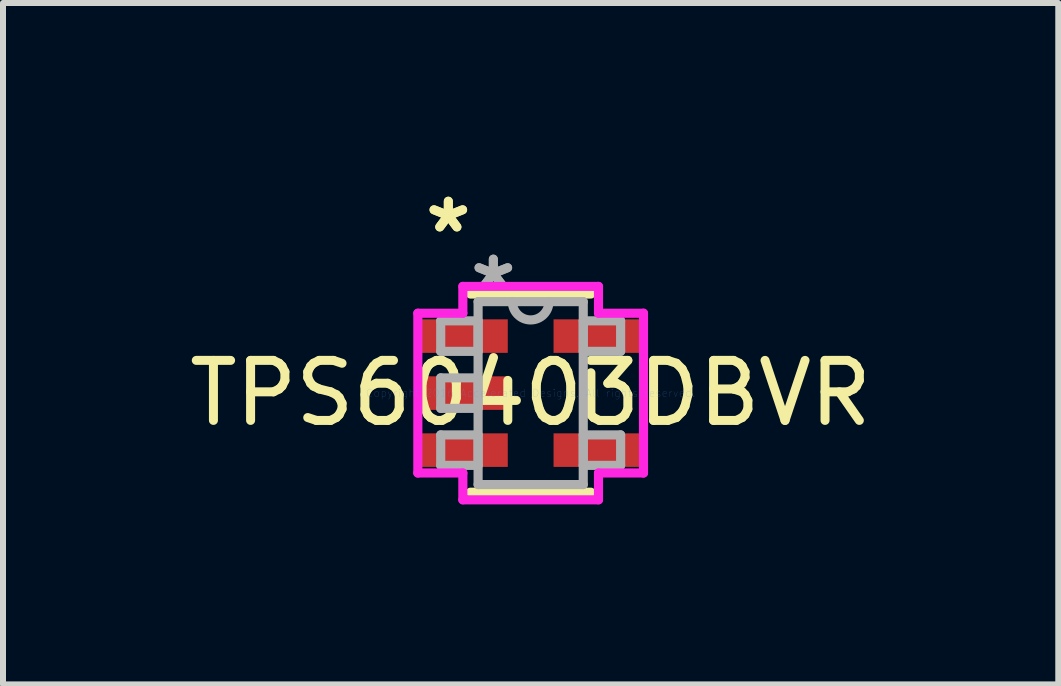
<source format=kicad_pcb>
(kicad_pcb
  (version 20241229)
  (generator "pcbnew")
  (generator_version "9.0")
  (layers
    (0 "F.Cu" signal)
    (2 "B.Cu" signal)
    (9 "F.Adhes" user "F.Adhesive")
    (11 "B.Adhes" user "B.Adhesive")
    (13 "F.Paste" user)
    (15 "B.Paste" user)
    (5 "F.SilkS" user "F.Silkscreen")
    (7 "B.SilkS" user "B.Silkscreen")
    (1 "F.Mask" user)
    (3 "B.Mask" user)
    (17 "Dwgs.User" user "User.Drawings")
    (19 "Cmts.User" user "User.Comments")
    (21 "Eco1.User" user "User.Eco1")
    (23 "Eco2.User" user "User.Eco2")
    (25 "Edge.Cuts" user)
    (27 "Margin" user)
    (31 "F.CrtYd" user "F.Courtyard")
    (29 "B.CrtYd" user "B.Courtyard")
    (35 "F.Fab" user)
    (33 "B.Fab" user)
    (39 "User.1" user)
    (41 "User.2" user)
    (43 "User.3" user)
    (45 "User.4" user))
  (footprint "TPS60403DBVR"
    (layer "F.Cu")
    (at 5.792 3.5)
    (property "Reference" "TPS60403DBVR" (at 0 0 0) (layer "F.SilkS") (effects (font (size 1 1) (thickness 0.15))))
    (attr through_hole)
    (fp_line (start -1.003 1.651) (end 1.003 1.651) (stroke (width 0.152) (type solid)) (layer "F.SilkS"))
    (fp_line (start 1.003 -1.651) (end -1.003 -1.651) (stroke (width 0.152) (type solid)) (layer "F.SilkS"))
    (fp_line (start 1.003 0.338) (end 1.003 -0.338) (stroke (width 0.152) (type solid)) (layer "F.SilkS"))
    (fp_line (start -1.88 -1.331) (end -1.13 -1.331) (stroke (width 0.152) (type solid)) (layer "F.CrtYd"))
    (fp_line (start -1.88 1.331) (end -1.88 -1.331) (stroke (width 0.152) (type solid)) (layer "F.CrtYd"))
    (fp_line (start -1.13 -1.778) (end 1.13 -1.778) (stroke (width 0.152) (type solid)) (layer "F.CrtYd"))
    (fp_line (start -1.13 -1.331) (end -1.13 -1.778) (stroke (width 0.152) (type solid)) (layer "F.CrtYd"))
    (fp_line (start -1.13 1.331) (end -1.88 1.331) (stroke (width 0.152) (type solid)) (layer "F.CrtYd"))
    (fp_line (start -1.13 1.778) (end -1.13 1.331) (stroke (width 0.152) (type solid)) (layer "F.CrtYd"))
    (fp_line (start 1.13 -1.778) (end 1.13 -1.331) (stroke (width 0.152) (type solid)) (layer "F.CrtYd"))
    (fp_line (start 1.13 -1.331) (end 1.88 -1.331) (stroke (width 0.152) (type solid)) (layer "F.CrtYd"))
    (fp_line (start 1.13 1.331) (end 1.13 1.778) (stroke (width 0.152) (type solid)) (layer "F.CrtYd"))
    (fp_line (start 1.13 1.778) (end -1.13 1.778) (stroke (width 0.152) (type solid)) (layer "F.CrtYd"))
    (fp_line (start 1.88 -1.331) (end 1.88 1.331) (stroke (width 0.152) (type solid)) (layer "F.CrtYd"))
    (fp_line (start 1.88 1.331) (end 1.13 1.331) (stroke (width 0.152) (type solid)) (layer "F.CrtYd"))
    (fp_line (start -1.499 -1.204) (end -1.499 -0.696) (stroke (width 0.152) (type solid)) (layer "F.Fab"))
    (fp_line (start -1.499 -0.696) (end -0.876 -0.696) (stroke (width 0.152) (type solid)) (layer "F.Fab"))
    (fp_line (start -1.499 -0.254) (end -1.499 0.254) (stroke (width 0.152) (type solid)) (layer "F.Fab"))
    (fp_line (start -1.499 0.254) (end -0.876 0.254) (stroke (width 0.152) (type solid)) (layer "F.Fab"))
    (fp_line (start -1.499 0.696) (end -1.499 1.204) (stroke (width 0.152) (type solid)) (layer "F.Fab"))
    (fp_line (start -1.499 1.204) (end -0.876 1.204) (stroke (width 0.152) (type solid)) (layer "F.Fab"))
    (fp_line (start -0.876 -1.524) (end -0.876 1.524) (stroke (width 0.152) (type solid)) (layer "F.Fab"))
    (fp_line (start -0.876 -1.204) (end -1.499 -1.204) (stroke (width 0.152) (type solid)) (layer "F.Fab"))
    (fp_line (start -0.876 -0.696) (end -0.876 -1.204) (stroke (width 0.152) (type solid)) (layer "F.Fab"))
    (fp_line (start -0.876 -0.254) (end -1.499 -0.254) (stroke (width 0.152) (type solid)) (layer "F.Fab"))
    (fp_line (start -0.876 0.254) (end -0.876 -0.254) (stroke (width 0.152) (type solid)) (layer "F.Fab"))
    (fp_line (start -0.876 0.696) (end -1.499 0.696) (stroke (width 0.152) (type solid)) (layer "F.Fab"))
    (fp_line (start -0.876 1.204) (end -0.876 0.696) (stroke (width 0.152) (type solid)) (layer "F.Fab"))
    (fp_line (start -0.876 1.524) (end 0.876 1.524) (stroke (width 0.152) (type solid)) (layer "F.Fab"))
    (fp_line (start 0.876 -1.524) (end -0.876 -1.524) (stroke (width 0.152) (type solid)) (layer "F.Fab"))
    (fp_line (start 0.876 -1.204) (end 0.876 -0.696) (stroke (width 0.152) (type solid)) (layer "F.Fab"))
    (fp_line (start 0.876 -0.696) (end 1.499 -0.696) (stroke (width 0.152) (type solid)) (layer "F.Fab"))
    (fp_line (start 0.876 0.696) (end 0.876 1.204) (stroke (width 0.152) (type solid)) (layer "F.Fab"))
    (fp_line (start 0.876 1.204) (end 1.499 1.204) (stroke (width 0.152) (type solid)) (layer "F.Fab"))
    (fp_line (start 0.876 1.524) (end 0.876 -1.524) (stroke (width 0.152) (type solid)) (layer "F.Fab"))
    (fp_line (start 1.499 -1.204) (end 0.876 -1.204) (stroke (width 0.152) (type solid)) (layer "F.Fab"))
    (fp_line (start 1.499 -0.696) (end 1.499 -1.204) (stroke (width 0.152) (type solid)) (layer "F.Fab"))
    (fp_line (start 1.499 0.696) (end 0.876 0.696) (stroke (width 0.152) (type solid)) (layer "F.Fab"))
    (fp_line (start 1.499 1.204) (end 1.499 0.696) (stroke (width 0.152) (type solid)) (layer "F.Fab"))
    (fp_arc (start 0.3048 -1.524) (mid 0 -1.2192) (end -0.3048 -1.524) (stroke (width 0.1524) (type solid)) (layer "F.Fab"))
    (fp_text user "*" (at -1.372 -2.652 0) (layer "F.SilkS") (effects (font (size 1 1) (thickness 0.15))))
    (fp_text user "*" (at -1.372 -2.652 0) (layer "F.SilkS") (effects (font (size 1 1) (thickness 0.15))))
    (fp_text user "Copyright 2016 Accelerated Designs. All rights reserved." (at 0 0 0) (layer "Cmts.User") (effects (font (size 0.127 0.127) (thickness 0.002))))
    (fp_text user "*" (at -0.622 -1.687 0) (layer "F.Fab") (effects (font (size 1 1) (thickness 0.15))))
    (fp_text user "*" (at -0.622 -1.687 0) (layer "F.Fab") (effects (font (size 1 1) (thickness 0.15))))
    (pad "1" smd rect (at -1.118 -0.95) (size 1.473 0.559) (layers "F.Cu" "F.Mask" "F.Paste"))
    (pad "2" smd rect (at -1.118 0) (size 1.473 0.559) (layers "F.Cu" "F.Mask" "F.Paste"))
    (pad "3" smd rect (at -1.118 0.95) (size 1.473 0.559) (layers "F.Cu" "F.Mask" "F.Paste"))
    (pad "4" smd rect (at 1.118 0.95) (size 1.473 0.559) (layers "F.Cu" "F.Mask" "F.Paste"))
    (pad "5" smd rect (at 1.118 -0.95) (size 1.473 0.559) (layers "F.Cu" "F.Mask" "F.Paste")))
  (gr_rect
    (start -3 -3)
    (end 14.583 8.354)
    (stroke (width 0.1) (type default))
    (fill no)
    (layer "Edge.Cuts")))
</source>
